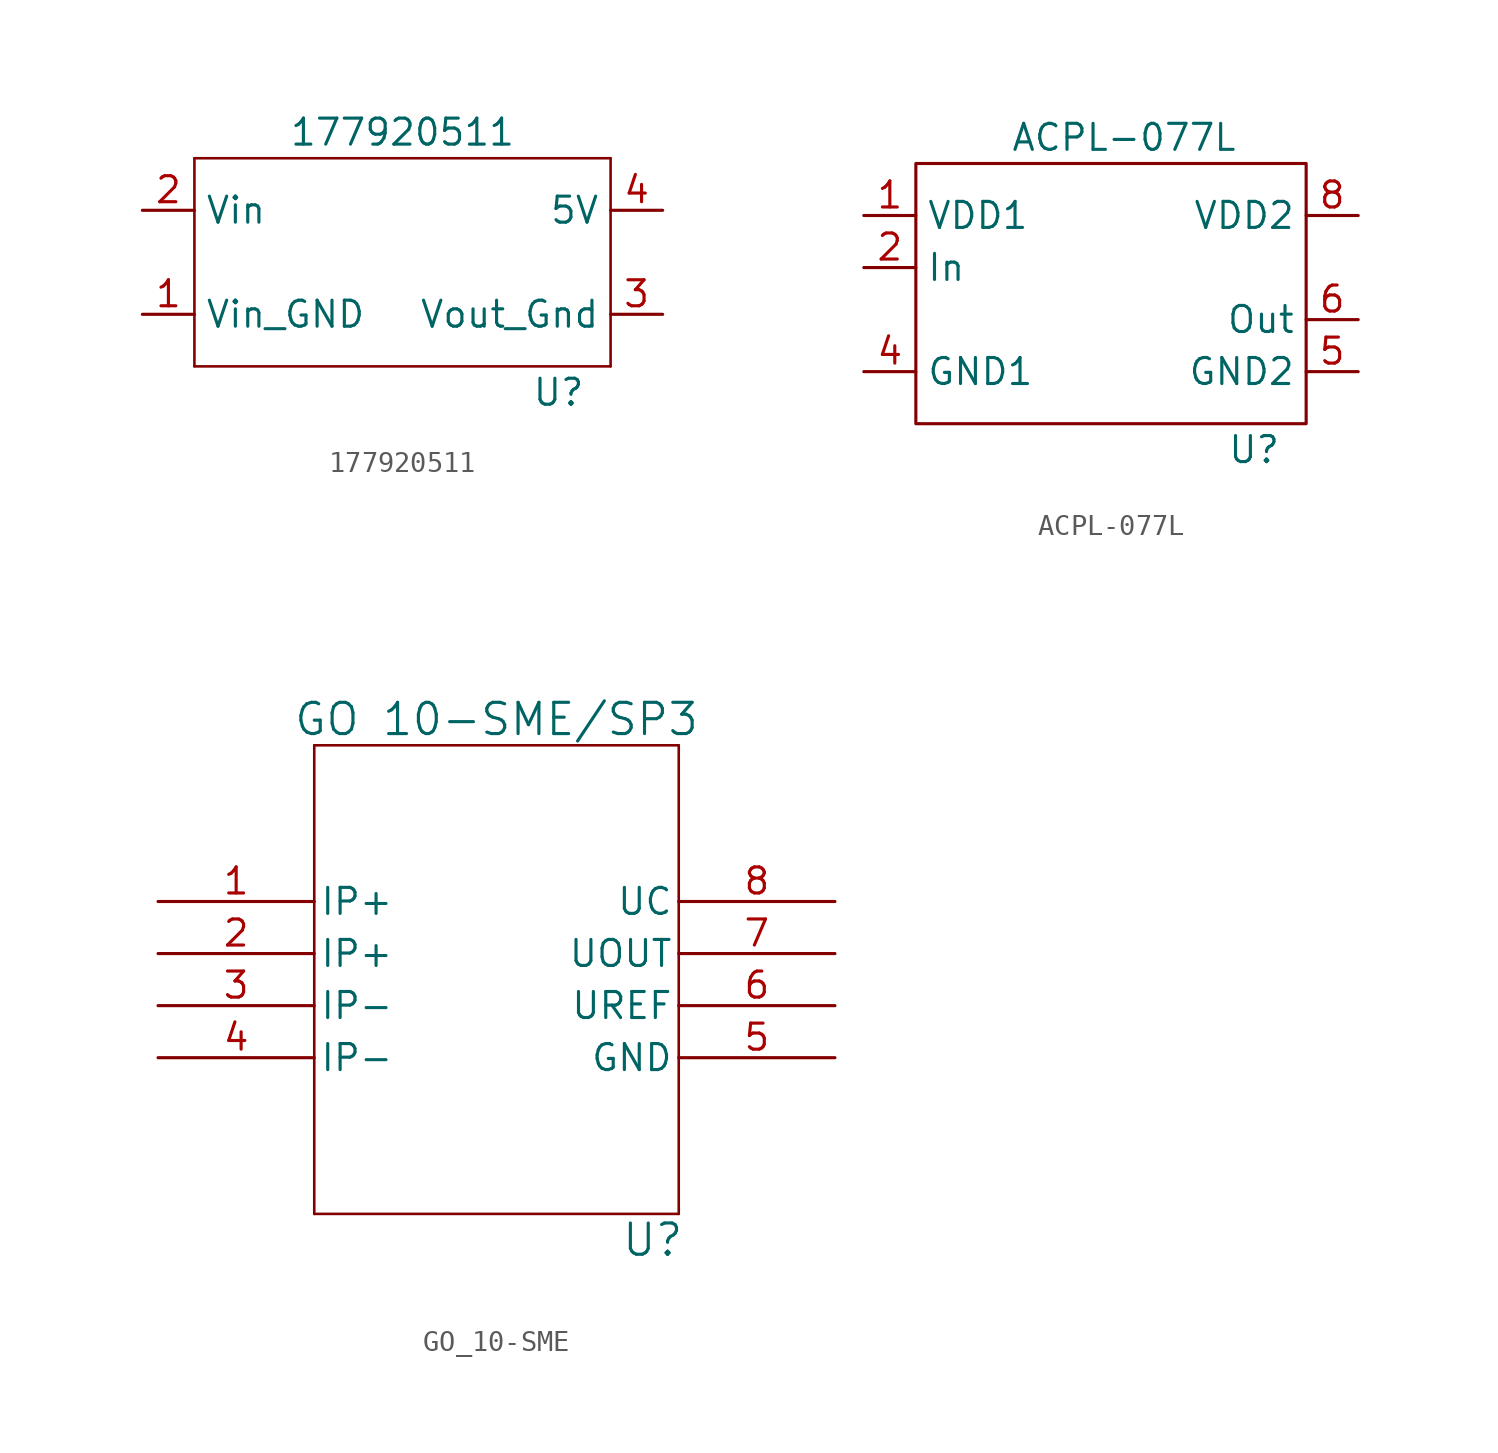
<source format=kicad_sym>
(kicad_symbol_lib
  (version 20220914)
  (generator kicad_symbol_editor)
  (symbol "177920511"
    (property "Reference" "U"
      (at 7.62 -6.35 0)
      (effects (font (size 1.27 1.27))))
    (property "Value" "177920511"
      (at 0 6.35 0)
      (effects (font (size 1.27 1.27))))
    (symbol "177920511_0_1"
      (polyline (pts (xy -10.16 -5.08) (xy 10.16 -5.08)) (stroke (width 0.127) (type default)) (fill (type none)))
      (polyline (pts (xy -10.16 5.08) (xy -10.16 -5.08)) (stroke (width 0.127) (type default)) (fill (type none)))
      (polyline (pts (xy 10.16 -5.08) (xy 10.16 5.08)) (stroke (width 0.127) (type default)) (fill (type none)))
      (polyline (pts (xy 10.16 5.08) (xy -10.16 5.08)) (stroke (width 0.127) (type default)) (fill (type none))))
    (symbol "177920511_1_1"
      (pin power_in line (at -12.7 -2.54 0) (length 2.54) (name "Vin_GND" (effects (font (size 1.27 1.27)))) (number "1" (effects (font (size 1.27 1.27)))))
      (pin power_in line (at -12.7 2.54 0) (length 2.54) (name "Vin" (effects (font (size 1.27 1.27)))) (number "2" (effects (font (size 1.27 1.27)))))
      (pin power_out line (at 12.7 -2.54 180) (length 2.54) (name "Vout_Gnd" (effects (font (size 1.27 1.27)))) (number "3" (effects (font (size 1.27 1.27)))))
      (pin power_out line (at 12.7 2.54 180) (length 2.54) (name "5V" (effects (font (size 1.27 1.27)))) (number "4" (effects (font (size 1.27 1.27)))))))
  (symbol "ACPL-077L"
    (property "Reference" "U"
      (at 6.35 -7.62 0)
      (effects (font (size 1.27 1.27))))
    (property "Value" "ACPL-077L"
      (at 0 7.62 0)
      (effects (font (size 1.27 1.27))))
    (symbol "ACPL-077L_0_1"
      (rectangle (start -10.16 6.35) (end 8.89 -6.35) (stroke (width 0) (type default)) (fill (type none))))
    (symbol "ACPL-077L_1_1"
      (pin power_in line (at -12.7 3.81 0) (length 2.54) (name "VDD1" (effects (font (size 1.27 1.27)))) (number "1" (effects (font (size 1.27 1.27)))))
      (pin input line (at -12.7 1.27 0) (length 2.54) (name "In" (effects (font (size 1.27 1.27)))) (number "2" (effects (font (size 1.27 1.27)))))
      (pin no_connect line (at -12.7 -1.27 0) (length 2.54) hide (name "NC" (effects (font (size 1.27 1.27)))) (number "3" (effects (font (size 1.27 1.27)))))
      (pin power_in line (at -12.7 -3.81 0) (length 2.54) (name "GND1" (effects (font (size 1.27 1.27)))) (number "4" (effects (font (size 1.27 1.27)))))
      (pin power_in line (at 11.43 -3.81 180) (length 2.54) (name "GND2" (effects (font (size 1.27 1.27)))) (number "5" (effects (font (size 1.27 1.27)))))
      (pin output line (at 11.43 -1.27 180) (length 2.54) (name "Out" (effects (font (size 1.27 1.27)))) (number "6" (effects (font (size 1.27 1.27)))))
      (pin no_connect line (at 11.43 1.27 180) (length 2.54) hide (name "NC" (effects (font (size 1.27 1.27)))) (number "7" (effects (font (size 1.27 1.27)))))
      (pin power_in line (at 11.43 3.81 180) (length 2.54) (name "VDD2" (effects (font (size 1.27 1.27)))) (number "8" (effects (font (size 1.27 1.27)))))))
  (symbol "GO_10-SME"
    (pin_names
      (offset 0.254))
    (property "Reference" "U"
      (at 7.62 -12.7 0)
      (effects (font (size 1.524 1.524))))
    (property "Value" "GO 10-SME/SP3"
      (at 0 12.7 0)
      (effects (font (size 1.524 1.524))))
    (property "ki_locked" ""
      (at 0 0 0)
      (effects (font (size 1.27 1.27))))
    (symbol "GO_10-SME_0_1"
      (polyline (pts (xy -8.89 -11.43) (xy 8.89 -11.43)) (stroke (width 0.127) (type default)) (fill (type none)))
      (polyline (pts (xy -8.89 11.43) (xy -8.89 -11.43)) (stroke (width 0.127) (type default)) (fill (type none)))
      (polyline (pts (xy 8.89 -11.43) (xy 8.89 11.43)) (stroke (width 0.127) (type default)) (fill (type none)))
      (polyline (pts (xy 8.89 11.43) (xy -8.89 11.43)) (stroke (width 0.127) (type default)) (fill (type none)))
      (pin input line (at -16.51 3.81 0) (length 7.62) (name "IP+" (effects (font (size 1.27 1.27)))) (number "1" (effects (font (size 1.27 1.27)))))
      (pin input line (at -16.51 1.27 0) (length 7.62) (name "IP+" (effects (font (size 1.27 1.27)))) (number "2" (effects (font (size 1.27 1.27)))))
      (pin output line (at 16.51 1.27 180) (length 7.62) (name "UOUT" (effects (font (size 1.27 1.27)))) (number "7" (effects (font (size 1.27 1.27)))))
      (pin power_in line (at 16.51 3.81 180) (length 7.62) (name "UC" (effects (font (size 1.27 1.27)))) (number "8" (effects (font (size 1.27 1.27))))))
    (symbol "GO_10-SME_1_1"
      (pin passive line (at -16.51 -1.27 0) (length 7.62) (name "IP-" (effects (font (size 1.27 1.27)))) (number "3" (effects (font (size 1.27 1.27)))))
      (pin passive line (at -16.51 -3.81 0) (length 7.62) (name "IP-" (effects (font (size 1.27 1.27)))) (number "4" (effects (font (size 1.27 1.27)))))
      (pin power_in line (at 16.51 -3.81 180) (length 7.62) (name "GND" (effects (font (size 1.27 1.27)))) (number "5" (effects (font (size 1.27 1.27)))))
      (pin output line (at 16.51 -1.27 180) (length 7.62) (name "UREF" (effects (font (size 1.27 1.27)))) (number "6" (effects (font (size 1.27 1.27))))))))
</source>
